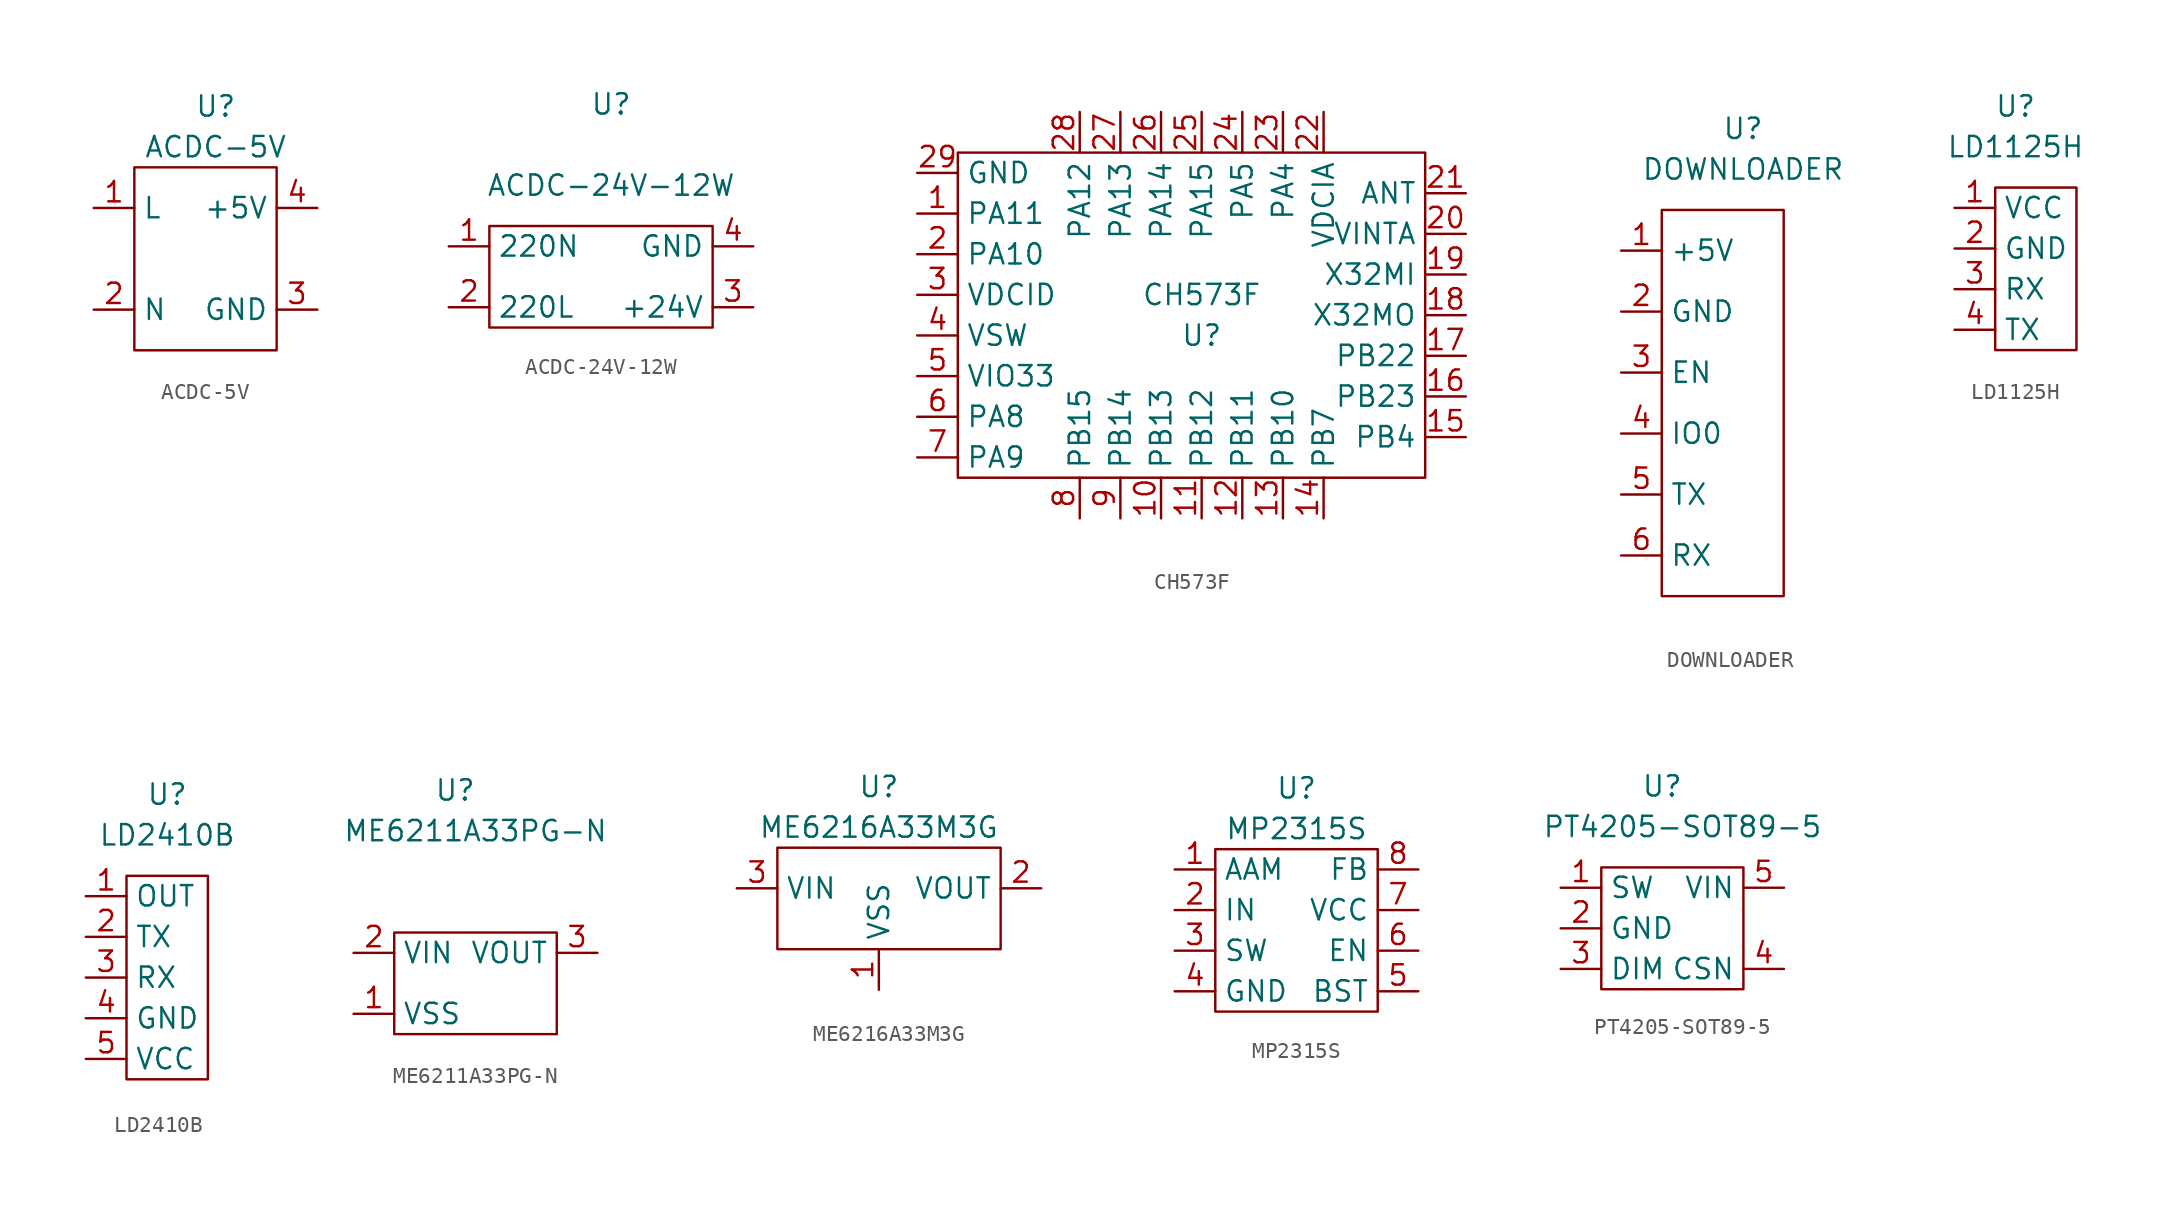
<source format=kicad_sym>
(kicad_symbol_lib
  (version 20211014)
  (generator kicad_symbol_editor)
  (symbol "ACDC-5V"
    (property "Reference" "U"
      (at 0 8.89 0)
      (effects (font (size 1.27 1.27))))
    (property "Value" "ACDC-5V"
      (at 0 6.35 0)
      (effects (font (size 1.27 1.27))))
    (symbol "ACDC-5V_0_1"
      (rectangle (start -5.08 5.08) (end 3.81 -6.35) (stroke (width 0) (type default) (color 0 0 0 0)) (fill (type none))))
    (symbol "ACDC-5V_1_1"
      (pin passive line (at -7.62 2.54 0) (length 2.54) (name "L" (effects (font (size 1.27 1.27)))) (number "1" (effects (font (size 1.27 1.27)))))
      (pin passive line (at -7.62 -3.81 0) (length 2.54) (name "N" (effects (font (size 1.27 1.27)))) (number "2" (effects (font (size 1.27 1.27)))))
      (pin passive line (at 6.35 -3.81 180) (length 2.54) (name "GND" (effects (font (size 1.27 1.27)))) (number "3" (effects (font (size 1.27 1.27)))))
      (pin passive line (at 6.35 2.54 180) (length 2.54) (name "+5V" (effects (font (size 1.27 1.27)))) (number "4" (effects (font (size 1.27 1.27)))))))
  (symbol "ACDC-24V-12W"
    (property "Reference" "U"
      (at 0 10.16 0)
      (effects (font (size 1.27 1.27))))
    (property "Value" "ACDC-24V-12W"
      (at 0 5.08 0)
      (effects (font (size 1.27 1.27))))
    (symbol "ACDC-24V-12W_0_1"
      (rectangle (start -7.62 2.54) (end 6.35 -3.81) (stroke (width 0) (type default) (color 0 0 0 0)) (fill (type none))))
    (symbol "ACDC-24V-12W_1_1"
      (pin passive line (at -10.16 1.27 0) (length 2.54) (name "220N" (effects (font (size 1.27 1.27)))) (number "1" (effects (font (size 1.27 1.27)))))
      (pin passive line (at -10.16 -2.54 0) (length 2.54) (name "220L" (effects (font (size 1.27 1.27)))) (number "2" (effects (font (size 1.27 1.27)))))
      (pin passive line (at 8.89 -2.54 180) (length 2.54) (name "+24V" (effects (font (size 1.27 1.27)))) (number "3" (effects (font (size 1.27 1.27)))))
      (pin passive line (at 8.89 1.27 180) (length 2.54) (name "GND" (effects (font (size 1.27 1.27)))) (number "4" (effects (font (size 1.27 1.27)))))))
  (symbol "CH573F"
    (property "Reference" "U"
      (at 0 0 0)
      (effects (font (size 1.27 1.27))))
    (property "Value" "CH573F"
      (at 0 2.54 0)
      (effects (font (size 1.27 1.27))))
    (symbol "CH573F_0_1"
      (rectangle (start -15.24 11.43) (end 13.97 -8.89) (stroke (width 0) (type default) (color 0 0 0 0)) (fill (type none))))
    (symbol "CH573F_1_1"
      (pin passive line (at -17.78 7.62 0) (length 2.54) (name "PA11" (effects (font (size 1.27 1.27)))) (number "1" (effects (font (size 1.27 1.27)))))
      (pin passive line (at -2.54 -11.43 90) (length 2.54) (name "PB13" (effects (font (size 1.27 1.27)))) (number "10" (effects (font (size 1.27 1.27)))))
      (pin passive line (at 0 -11.43 90) (length 2.54) (name "PB12" (effects (font (size 1.27 1.27)))) (number "11" (effects (font (size 1.27 1.27)))))
      (pin passive line (at 2.54 -11.43 90) (length 2.54) (name "PB11" (effects (font (size 1.27 1.27)))) (number "12" (effects (font (size 1.27 1.27)))))
      (pin passive line (at 5.08 -11.43 90) (length 2.54) (name "PB10" (effects (font (size 1.27 1.27)))) (number "13" (effects (font (size 1.27 1.27)))))
      (pin passive line (at 7.62 -11.43 90) (length 2.54) (name "PB7" (effects (font (size 1.27 1.27)))) (number "14" (effects (font (size 1.27 1.27)))))
      (pin passive line (at 16.51 -6.35 180) (length 2.54) (name "PB4" (effects (font (size 1.27 1.27)))) (number "15" (effects (font (size 1.27 1.27)))))
      (pin passive line (at 16.51 -3.81 180) (length 2.54) (name "PB23" (effects (font (size 1.27 1.27)))) (number "16" (effects (font (size 1.27 1.27)))))
      (pin passive line (at 16.51 -1.27 180) (length 2.54) (name "PB22" (effects (font (size 1.27 1.27)))) (number "17" (effects (font (size 1.27 1.27)))))
      (pin passive line (at 16.51 1.27 180) (length 2.54) (name "X32MO" (effects (font (size 1.27 1.27)))) (number "18" (effects (font (size 1.27 1.27)))))
      (pin passive line (at 16.51 3.81 180) (length 2.54) (name "X32MI" (effects (font (size 1.27 1.27)))) (number "19" (effects (font (size 1.27 1.27)))))
      (pin passive line (at -17.78 5.08 0) (length 2.54) (name "PA10" (effects (font (size 1.27 1.27)))) (number "2" (effects (font (size 1.27 1.27)))))
      (pin passive line (at 16.51 6.35 180) (length 2.54) (name "VINTA" (effects (font (size 1.27 1.27)))) (number "20" (effects (font (size 1.27 1.27)))))
      (pin passive line (at 16.51 8.89 180) (length 2.54) (name "ANT" (effects (font (size 1.27 1.27)))) (number "21" (effects (font (size 1.27 1.27)))))
      (pin passive line (at 7.62 13.97 270) (length 2.54) (name "VDCIA" (effects (font (size 1.27 1.27)))) (number "22" (effects (font (size 1.27 1.27)))))
      (pin passive line (at 5.08 13.97 270) (length 2.54) (name "PA4" (effects (font (size 1.27 1.27)))) (number "23" (effects (font (size 1.27 1.27)))))
      (pin passive line (at 2.54 13.97 270) (length 2.54) (name "PA5" (effects (font (size 1.27 1.27)))) (number "24" (effects (font (size 1.27 1.27)))))
      (pin passive line (at 0 13.97 270) (length 2.54) (name "PA15" (effects (font (size 1.27 1.27)))) (number "25" (effects (font (size 1.27 1.27)))))
      (pin passive line (at -2.54 13.97 270) (length 2.54) (name "PA14" (effects (font (size 1.27 1.27)))) (number "26" (effects (font (size 1.27 1.27)))))
      (pin passive line (at -5.08 13.97 270) (length 2.54) (name "PA13" (effects (font (size 1.27 1.27)))) (number "27" (effects (font (size 1.27 1.27)))))
      (pin passive line (at -7.62 13.97 270) (length 2.54) (name "PA12" (effects (font (size 1.27 1.27)))) (number "28" (effects (font (size 1.27 1.27)))))
      (pin passive line (at -17.78 10.16 0) (length 2.54) (name "GND" (effects (font (size 1.27 1.27)))) (number "29" (effects (font (size 1.27 1.27)))))
      (pin passive line (at -17.78 2.54 0) (length 2.54) (name "VDCID" (effects (font (size 1.27 1.27)))) (number "3" (effects (font (size 1.27 1.27)))))
      (pin passive line (at -17.78 0 0) (length 2.54) (name "VSW" (effects (font (size 1.27 1.27)))) (number "4" (effects (font (size 1.27 1.27)))))
      (pin passive line (at -17.78 -2.54 0) (length 2.54) (name "VIO33" (effects (font (size 1.27 1.27)))) (number "5" (effects (font (size 1.27 1.27)))))
      (pin passive line (at -17.78 -5.08 0) (length 2.54) (name "PA8" (effects (font (size 1.27 1.27)))) (number "6" (effects (font (size 1.27 1.27)))))
      (pin passive line (at -17.78 -7.62 0) (length 2.54) (name "PA9" (effects (font (size 1.27 1.27)))) (number "7" (effects (font (size 1.27 1.27)))))
      (pin passive line (at -7.62 -11.43 90) (length 2.54) (name "PB15" (effects (font (size 1.27 1.27)))) (number "8" (effects (font (size 1.27 1.27)))))
      (pin passive line (at -5.08 -11.43 90) (length 2.54) (name "PB14" (effects (font (size 1.27 1.27)))) (number "9" (effects (font (size 1.27 1.27)))))))
  (symbol "DOWNLOADER"
    (property "Reference" "U"
      (at 0 12.7 0)
      (effects (font (size 1.27 1.27))))
    (property "Value" "DOWNLOADER"
      (at 0 10.16 0)
      (effects (font (size 1.27 1.27))))
    (symbol "DOWNLOADER_0_1"
      (rectangle (start -5.08 7.62) (end 2.54 -16.51) (stroke (width 0) (type default) (color 0 0 0 0)) (fill (type none))))
    (symbol "DOWNLOADER_1_1"
      (pin input line (at -7.62 5.08 0) (length 2.54) (name "+5V" (effects (font (size 1.27 1.27)))) (number "1" (effects (font (size 1.27 1.27)))))
      (pin input line (at -7.62 1.27 0) (length 2.54) (name "GND" (effects (font (size 1.27 1.27)))) (number "2" (effects (font (size 1.27 1.27)))))
      (pin input line (at -7.62 -2.54 0) (length 2.54) (name "EN" (effects (font (size 1.27 1.27)))) (number "3" (effects (font (size 1.27 1.27)))))
      (pin input line (at -7.62 -6.35 0) (length 2.54) (name "IO0" (effects (font (size 1.27 1.27)))) (number "4" (effects (font (size 1.27 1.27)))))
      (pin input line (at -7.62 -10.16 0) (length 2.54) (name "TX" (effects (font (size 1.27 1.27)))) (number "5" (effects (font (size 1.27 1.27)))))
      (pin input line (at -7.62 -13.97 0) (length 2.54) (name "RX" (effects (font (size 1.27 1.27)))) (number "6" (effects (font (size 1.27 1.27)))))))
  (symbol "LD1125H"
    (property "Reference" "U"
      (at -1.27 13.97 0)
      (effects (font (size 1.27 1.27))))
    (property "Value" "LD1125H"
      (at -1.27 11.43 0)
      (effects (font (size 1.27 1.27))))
    (symbol "LD1125H_0_1"
      (rectangle (start -2.54 8.89) (end 2.54 -1.27) (stroke (width 0) (type default) (color 0 0 0 0)) (fill (type none))))
    (symbol "LD1125H_1_1"
      (pin input line (at -5.08 7.62 0) (length 2.54) (name "VCC" (effects (font (size 1.27 1.27)))) (number "1" (effects (font (size 1.27 1.27)))))
      (pin input line (at -5.08 5.08 0) (length 2.54) (name "GND" (effects (font (size 1.27 1.27)))) (number "2" (effects (font (size 1.27 1.27)))))
      (pin input line (at -5.08 2.54 0) (length 2.54) (name "RX" (effects (font (size 1.27 1.27)))) (number "3" (effects (font (size 1.27 1.27)))))
      (pin input line (at -5.08 0 0) (length 2.54) (name "TX" (effects (font (size 1.27 1.27)))) (number "4" (effects (font (size 1.27 1.27)))))))
  (symbol "LD2410B"
    (property "Reference" "U"
      (at 0 8.89 0)
      (effects (font (size 1.27 1.27))))
    (property "Value" "LD2410B"
      (at 0 6.35 0)
      (effects (font (size 1.27 1.27))))
    (symbol "LD2410B_0_1"
      (rectangle (start -2.54 3.81) (end 2.54 -8.89) (stroke (width 0) (type default) (color 0 0 0 0)) (fill (type none))))
    (symbol "LD2410B_1_1"
      (pin input line (at -5.08 2.54 0) (length 2.54) (name "OUT" (effects (font (size 1.27 1.27)))) (number "1" (effects (font (size 1.27 1.27)))))
      (pin input line (at -5.08 0 0) (length 2.54) (name "TX" (effects (font (size 1.27 1.27)))) (number "2" (effects (font (size 1.27 1.27)))))
      (pin input line (at -5.08 -2.54 0) (length 2.54) (name "RX" (effects (font (size 1.27 1.27)))) (number "3" (effects (font (size 1.27 1.27)))))
      (pin input line (at -5.08 -5.08 0) (length 2.54) (name "GND" (effects (font (size 1.27 1.27)))) (number "4" (effects (font (size 1.27 1.27)))))
      (pin input line (at -5.08 -7.62 0) (length 2.54) (name "VCC" (effects (font (size 1.27 1.27)))) (number "5" (effects (font (size 1.27 1.27)))))))
  (symbol "ME6211A33PG-N"
    (property "Reference" "U"
      (at 0 12.7 0)
      (effects (font (size 1.27 1.27))))
    (property "Value" "ME6211A33PG-N"
      (at 1.27 10.16 0)
      (effects (font (size 1.27 1.27))))
    (symbol "ME6211A33PG-N_0_1"
      (rectangle (start -3.81 3.81) (end 6.35 -2.54) (stroke (width 0) (type default) (color 0 0 0 0)) (fill (type none))))
    (symbol "ME6211A33PG-N_1_1"
      (pin passive line (at -6.35 -1.27 0) (length 2.54) (name "VSS" (effects (font (size 1.27 1.27)))) (number "1" (effects (font (size 1.27 1.27)))))
      (pin passive line (at -6.35 2.54 0) (length 2.54) (name "VIN" (effects (font (size 1.27 1.27)))) (number "2" (effects (font (size 1.27 1.27)))))
      (pin passive line (at 8.89 2.54 180) (length 2.54) (name "VOUT" (effects (font (size 1.27 1.27)))) (number "3" (effects (font (size 1.27 1.27)))))))
  (symbol "ME6216A33M3G"
    (property "Reference" "U"
      (at 0 6.35 0)
      (effects (font (size 1.27 1.27))))
    (property "Value" "ME6216A33M3G"
      (at 0 3.81 0)
      (effects (font (size 1.27 1.27))))
    (symbol "ME6216A33M3G_0_1"
      (rectangle (start -6.35 2.54) (end 7.62 -3.81) (stroke (width 0) (type default) (color 0 0 0 0)) (fill (type none))))
    (symbol "ME6216A33M3G_1_1"
      (pin passive line (at 0 -6.35 90) (length 2.54) (name "VSS" (effects (font (size 1.27 1.27)))) (number "1" (effects (font (size 1.27 1.27)))))
      (pin passive line (at 10.16 0 180) (length 2.54) (name "VOUT" (effects (font (size 1.27 1.27)))) (number "2" (effects (font (size 1.27 1.27)))))
      (pin passive line (at -8.89 0 0) (length 2.54) (name "VIN" (effects (font (size 1.27 1.27)))) (number "3" (effects (font (size 1.27 1.27)))))))
  (symbol "MP2315S"
    (property "Reference" "U"
      (at 0 8.89 0)
      (effects (font (size 1.27 1.27))))
    (property "Value" "MP2315S"
      (at 0 6.35 0)
      (effects (font (size 1.27 1.27))))
    (symbol "MP2315S_0_1"
      (rectangle (start -5.08 5.08) (end 5.08 -5.08) (stroke (width 0) (type default) (color 0 0 0 0)) (fill (type none))))
    (symbol "MP2315S_1_1"
      (pin passive line (at -7.62 3.81 0) (length 2.54) (name "AAM" (effects (font (size 1.27 1.27)))) (number "1" (effects (font (size 1.27 1.27)))))
      (pin passive line (at -7.62 1.27 0) (length 2.54) (name "IN" (effects (font (size 1.27 1.27)))) (number "2" (effects (font (size 1.27 1.27)))))
      (pin passive line (at -7.62 -1.27 0) (length 2.54) (name "SW" (effects (font (size 1.27 1.27)))) (number "3" (effects (font (size 1.27 1.27)))))
      (pin passive line (at -7.62 -3.81 0) (length 2.54) (name "GND" (effects (font (size 1.27 1.27)))) (number "4" (effects (font (size 1.27 1.27)))))
      (pin passive line (at 7.62 -3.81 180) (length 2.54) (name "BST" (effects (font (size 1.27 1.27)))) (number "5" (effects (font (size 1.27 1.27)))))
      (pin passive line (at 7.62 -1.27 180) (length 2.54) (name "EN" (effects (font (size 1.27 1.27)))) (number "6" (effects (font (size 1.27 1.27)))))
      (pin passive line (at 7.62 1.27 180) (length 2.54) (name "VCC" (effects (font (size 1.27 1.27)))) (number "7" (effects (font (size 1.27 1.27)))))
      (pin passive line (at 7.62 3.81 180) (length 2.54) (name "FB" (effects (font (size 1.27 1.27)))) (number "8" (effects (font (size 1.27 1.27)))))))
  (symbol "PT4205-SOT89-5"
    (property "Reference" "U"
      (at 0 8.89 0)
      (effects (font (size 1.27 1.27))))
    (property "Value" "PT4205-SOT89-5"
      (at 1.27 6.35 0)
      (effects (font (size 1.27 1.27))))
    (symbol "PT4205-SOT89-5_0_1"
      (rectangle (start -3.81 3.81) (end 5.08 -3.81) (stroke (width 0) (type default) (color 0 0 0 0)) (fill (type none))))
    (symbol "PT4205-SOT89-5_1_1"
      (pin input line (at -6.35 2.54 0) (length 2.54) (name "SW" (effects (font (size 1.27 1.27)))) (number "1" (effects (font (size 1.27 1.27)))))
      (pin input line (at -6.35 0 0) (length 2.54) (name "GND" (effects (font (size 1.27 1.27)))) (number "2" (effects (font (size 1.27 1.27)))))
      (pin input line (at -6.35 -2.54 0) (length 2.54) (name "DIM" (effects (font (size 1.27 1.27)))) (number "3" (effects (font (size 1.27 1.27)))))
      (pin input line (at 7.62 -2.54 180) (length 2.54) (name "CSN" (effects (font (size 1.27 1.27)))) (number "4" (effects (font (size 1.27 1.27)))))
      (pin input line (at 7.62 2.54 180) (length 2.54) (name "VIN" (effects (font (size 1.27 1.27)))) (number "5" (effects (font (size 1.27 1.27))))))))
</source>
